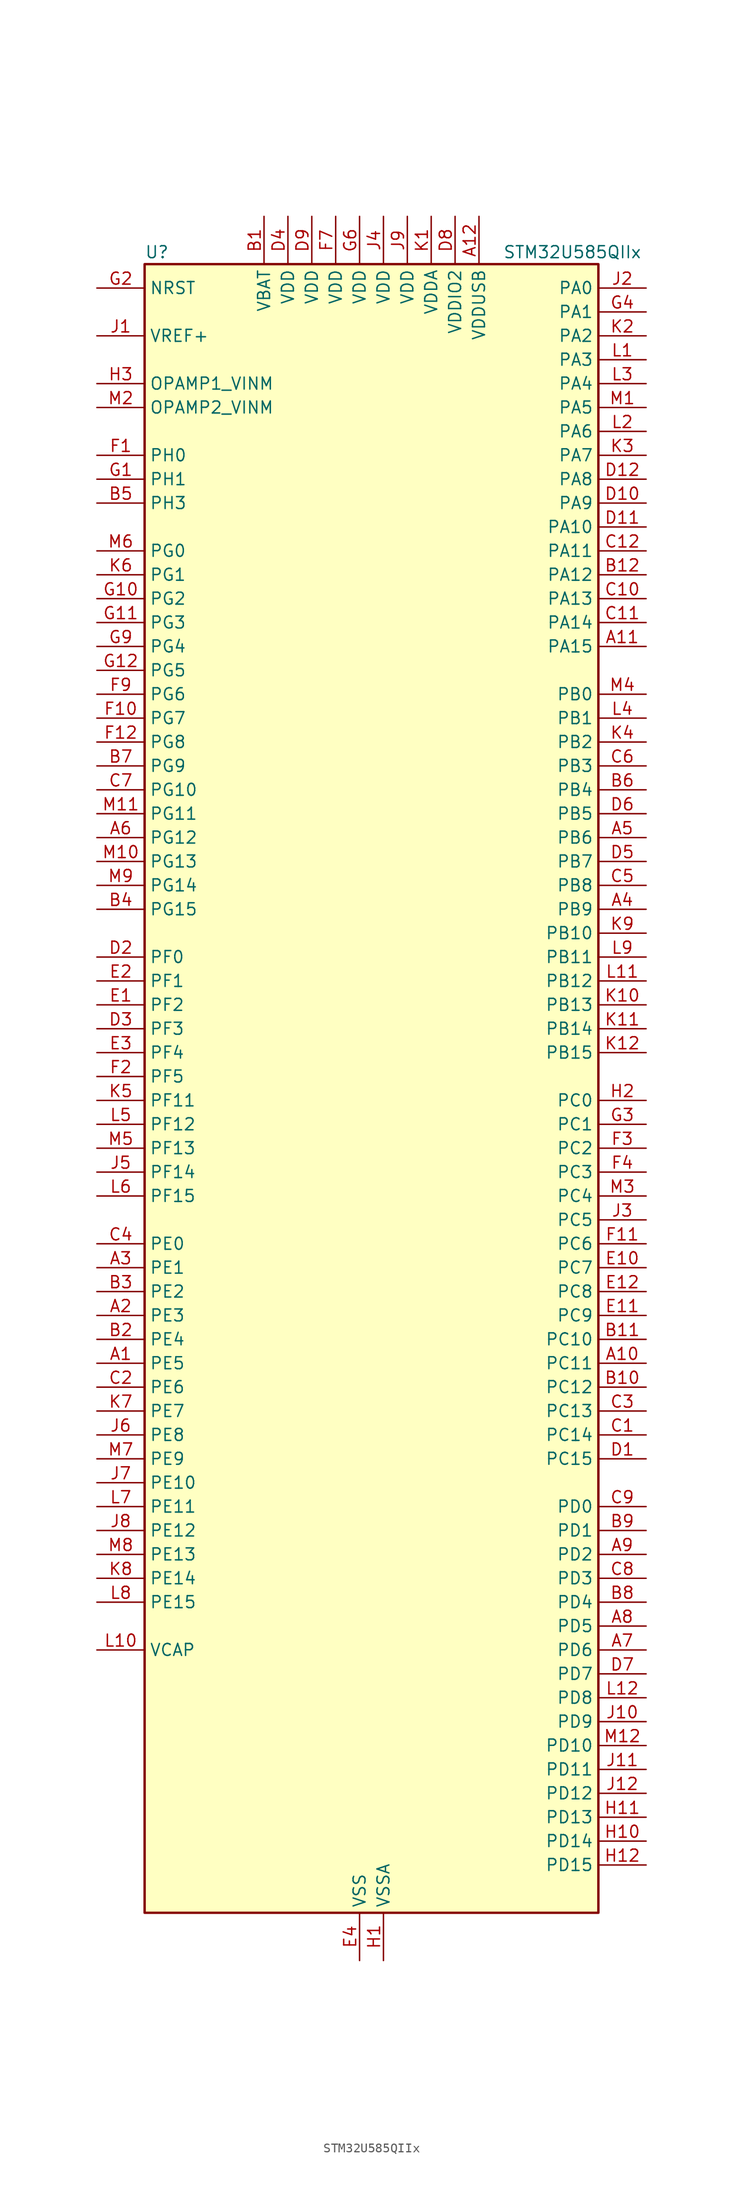
<source format=kicad_sym>
(kicad_symbol_lib
  (version 20220914)
  (generator kicad_symbol_editor)
  (symbol "STM32U585QIIx"
    (property "Reference" "U"
      (at -22.86 90.17 0)
      (effects (font (size 1.27 1.27)) (justify left)))
    (property "Value" "STM32U585QIIx"
      (at 15.24 90.17 0)
      (effects (font (size 1.27 1.27)) (justify left)))
    (property "ki_locked" ""
      (at 0 0 0)
      (effects (font (size 1.27 1.27))))
    (symbol "STM32U585QIIx_0_1"
      (rectangle (start -22.86 -86.36) (end 25.4 88.9) (stroke (width 0.254) (type default)) (fill (type background))))
    (symbol "STM32U585QIIx_1_1"
      (pin bidirectional line (at -27.94 -27.94 0) (length 5.08) (name "PE5" (effects (font (size 1.27 1.27)))) (number "A1" (effects (font (size 1.27 1.27)))) (alternate "DCMI_D6" bidirectional line) (alternate "DEBUG_TRACED2" bidirectional line) (alternate "FMC_A21" bidirectional line) (alternate "MDF1_CKI3" bidirectional line) (alternate "PSSI_D6" bidirectional line) (alternate "PWR_WKUP2" bidirectional line) (alternate "SAI1_CK2" bidirectional line) (alternate "SAI1_SCK_A" bidirectional line) (alternate "TAMP_IN8" bidirectional line) (alternate "TAMP_OUT7" bidirectional line) (alternate "TIM3_CH3" bidirectional line) (alternate "TSC_G7_IO4" bidirectional line))
      (pin bidirectional line (at 30.48 -27.94 180) (length 5.08) (name "PC11" (effects (font (size 1.27 1.27)))) (number "A10" (effects (font (size 1.27 1.27)))) (alternate "ADC1_EXTI11" bidirectional line) (alternate "ADF1_SDI0" bidirectional line) (alternate "DCMI_D2" bidirectional line) (alternate "DCMI_D4" bidirectional line) (alternate "LPTIM3_IN1" bidirectional line) (alternate "OCTOSPIM_P1_NCS" bidirectional line) (alternate "PSSI_D2" bidirectional line) (alternate "PSSI_D4" bidirectional line) (alternate "SAI2_MCLK_B" bidirectional line) (alternate "SDMMC1_D3" bidirectional line) (alternate "SPI3_MISO" bidirectional line) (alternate "TSC_G3_IO3" bidirectional line) (alternate "UART4_RX" bidirectional line) (alternate "UCPD1_FRSTX2" bidirectional line) (alternate "USART3_RX" bidirectional line))
      (pin bidirectional line (at 30.48 48.26 180) (length 5.08) (name "PA15" (effects (font (size 1.27 1.27)))) (number "A11" (effects (font (size 1.27 1.27)))) (alternate "ADC1_EXTI15" bidirectional line) (alternate "ADC4_EXTI15" bidirectional line) (alternate "DEBUG_JTDI" bidirectional line) (alternate "SAI2_FS_B" bidirectional line) (alternate "SPI1_NSS" bidirectional line) (alternate "SPI3_NSS" bidirectional line) (alternate "TIM2_CH1" bidirectional line) (alternate "TIM2_ETR" bidirectional line) (alternate "UART4_DE" bidirectional line) (alternate "UART4_RTS" bidirectional line) (alternate "UCPD1_CC1" bidirectional line) (alternate "USART2_RX" bidirectional line) (alternate "USART3_DE" bidirectional line) (alternate "USART3_RTS" bidirectional line))
      (pin power_in line (at 12.7 93.98 270) (length 5.08) (name "VDDUSB" (effects (font (size 1.27 1.27)))) (number "A12" (effects (font (size 1.27 1.27)))))
      (pin bidirectional line (at -27.94 -22.86 0) (length 5.08) (name "PE3" (effects (font (size 1.27 1.27)))) (number "A2" (effects (font (size 1.27 1.27)))) (alternate "DEBUG_TRACED0" bidirectional line) (alternate "FMC_A19" bidirectional line) (alternate "OCTOSPIM_P1_DQS" bidirectional line) (alternate "SAI1_SD_B" bidirectional line) (alternate "TAMP_IN6" bidirectional line) (alternate "TAMP_OUT3" bidirectional line) (alternate "TIM3_CH1" bidirectional line) (alternate "TSC_G7_IO2" bidirectional line))
      (pin bidirectional line (at -27.94 -17.78 0) (length 5.08) (name "PE1" (effects (font (size 1.27 1.27)))) (number "A3" (effects (font (size 1.27 1.27)))) (alternate "DCMI_D3" bidirectional line) (alternate "FMC_NBL1" bidirectional line) (alternate "PSSI_D3" bidirectional line) (alternate "TIM17_CH1" bidirectional line))
      (pin bidirectional line (at 30.48 20.32 180) (length 5.08) (name "PB9" (effects (font (size 1.27 1.27)))) (number "A4" (effects (font (size 1.27 1.27)))) (alternate "DAC1_EXTI9" bidirectional line) (alternate "DCMI_D7" bidirectional line) (alternate "FDCAN1_TX" bidirectional line) (alternate "I2C1_SDA" bidirectional line) (alternate "IR_OUT" bidirectional line) (alternate "PSSI_D7" bidirectional line) (alternate "SAI1_D2" bidirectional line) (alternate "SAI1_FS_A" bidirectional line) (alternate "SDMMC1_CDIR" bidirectional line) (alternate "SDMMC1_D5" bidirectional line) (alternate "SDMMC2_D5" bidirectional line) (alternate "SPI2_NSS" bidirectional line) (alternate "TIM17_CH1" bidirectional line) (alternate "TIM4_CH4" bidirectional line))
      (pin bidirectional line (at 30.48 27.94 180) (length 5.08) (name "PB6" (effects (font (size 1.27 1.27)))) (number "A5" (effects (font (size 1.27 1.27)))) (alternate "COMP2_INP" bidirectional line) (alternate "DCMI_D5" bidirectional line) (alternate "I2C1_SCL" bidirectional line) (alternate "I2C4_SCL" bidirectional line) (alternate "LPTIM1_ETR" bidirectional line) (alternate "MDF1_SDI5" bidirectional line) (alternate "PSSI_D5" bidirectional line) (alternate "PWR_WKUP3" bidirectional line) (alternate "SAI1_FS_B" bidirectional line) (alternate "TIM16_CH1N" bidirectional line) (alternate "TIM4_CH1" bidirectional line) (alternate "TIM8_BKIN2" bidirectional line) (alternate "TSC_G2_IO3" bidirectional line) (alternate "USART1_TX" bidirectional line))
      (pin bidirectional line (at -27.94 27.94 0) (length 5.08) (name "PG12" (effects (font (size 1.27 1.27)))) (number "A6" (effects (font (size 1.27 1.27)))) (alternate "FMC_NE4" bidirectional line) (alternate "LPTIM1_ETR" bidirectional line) (alternate "OCTOSPIM_P2_NCS" bidirectional line) (alternate "SAI2_SD_A" bidirectional line) (alternate "SPI3_NSS" bidirectional line) (alternate "USART1_DE" bidirectional line) (alternate "USART1_RTS" bidirectional line))
      (pin bidirectional line (at 30.48 -58.42 180) (length 5.08) (name "PD6" (effects (font (size 1.27 1.27)))) (number "A7" (effects (font (size 1.27 1.27)))) (alternate "DCMI_D10" bidirectional line) (alternate "FMC_NWAIT" bidirectional line) (alternate "MDF1_SDI1" bidirectional line) (alternate "OCTOSPIM_P1_IO6" bidirectional line) (alternate "PSSI_D10" bidirectional line) (alternate "SAI1_D1" bidirectional line) (alternate "SAI1_SD_A" bidirectional line) (alternate "SDMMC2_CK" bidirectional line) (alternate "SPI3_MOSI" bidirectional line) (alternate "USART2_RX" bidirectional line))
      (pin bidirectional line (at 30.48 -55.88 180) (length 5.08) (name "PD5" (effects (font (size 1.27 1.27)))) (number "A8" (effects (font (size 1.27 1.27)))) (alternate "FMC_NWE" bidirectional line) (alternate "OCTOSPIM_P1_IO5" bidirectional line) (alternate "SPI2_RDY" bidirectional line) (alternate "USART2_TX" bidirectional line))
      (pin bidirectional line (at 30.48 -48.26 180) (length 5.08) (name "PD2" (effects (font (size 1.27 1.27)))) (number "A9" (effects (font (size 1.27 1.27)))) (alternate "DCMI_D11" bidirectional line) (alternate "DEBUG_TRACED2" bidirectional line) (alternate "LPTIM4_ETR" bidirectional line) (alternate "PSSI_D11" bidirectional line) (alternate "SDMMC1_CMD" bidirectional line) (alternate "TIM3_ETR" bidirectional line) (alternate "TSC_SYNC" bidirectional line) (alternate "UART5_RX" bidirectional line) (alternate "USART3_DE" bidirectional line) (alternate "USART3_RTS" bidirectional line))
      (pin power_in line (at -10.16 93.98 270) (length 5.08) (name "VBAT" (effects (font (size 1.27 1.27)))) (number "B1" (effects (font (size 1.27 1.27)))))
      (pin bidirectional line (at 30.48 -30.48 180) (length 5.08) (name "PC12" (effects (font (size 1.27 1.27)))) (number "B10" (effects (font (size 1.27 1.27)))) (alternate "DCMI_D9" bidirectional line) (alternate "DEBUG_TRACED3" bidirectional line) (alternate "PSSI_D9" bidirectional line) (alternate "SAI2_SD_B" bidirectional line) (alternate "SDMMC1_CK" bidirectional line) (alternate "SPI3_MOSI" bidirectional line) (alternate "TSC_G3_IO4" bidirectional line) (alternate "UART5_TX" bidirectional line) (alternate "USART3_CK" bidirectional line))
      (pin bidirectional line (at 30.48 -25.4 180) (length 5.08) (name "PC10" (effects (font (size 1.27 1.27)))) (number "B11" (effects (font (size 1.27 1.27)))) (alternate "ADF1_CCK1" bidirectional line) (alternate "DCMI_D8" bidirectional line) (alternate "DEBUG_TRACED1" bidirectional line) (alternate "LPTIM3_ETR" bidirectional line) (alternate "PSSI_D8" bidirectional line) (alternate "SAI2_SCK_B" bidirectional line) (alternate "SDMMC1_D2" bidirectional line) (alternate "SPI3_SCK" bidirectional line) (alternate "TSC_G3_IO2" bidirectional line) (alternate "UART4_TX" bidirectional line) (alternate "USART3_TX" bidirectional line))
      (pin bidirectional line (at 30.48 55.88 180) (length 5.08) (name "PA12" (effects (font (size 1.27 1.27)))) (number "B12" (effects (font (size 1.27 1.27)))) (alternate "FDCAN1_TX" bidirectional line) (alternate "OCTOSPIM_P2_NCS" bidirectional line) (alternate "SPI1_MOSI" bidirectional line) (alternate "TIM1_ETR" bidirectional line) (alternate "USART1_DE" bidirectional line) (alternate "USART1_RTS" bidirectional line) (alternate "USB_OTG_FS_DP" bidirectional line))
      (pin bidirectional line (at -27.94 -25.4 0) (length 5.08) (name "PE4" (effects (font (size 1.27 1.27)))) (number "B2" (effects (font (size 1.27 1.27)))) (alternate "DCMI_D4" bidirectional line) (alternate "DEBUG_TRACED1" bidirectional line) (alternate "FMC_A20" bidirectional line) (alternate "MDF1_SDI3" bidirectional line) (alternate "PSSI_D4" bidirectional line) (alternate "PWR_WKUP1" bidirectional line) (alternate "SAI1_D2" bidirectional line) (alternate "SAI1_FS_A" bidirectional line) (alternate "TAMP_IN7" bidirectional line) (alternate "TAMP_OUT8" bidirectional line) (alternate "TIM3_CH2" bidirectional line) (alternate "TSC_G7_IO3" bidirectional line))
      (pin bidirectional line (at -27.94 -20.32 0) (length 5.08) (name "PE2" (effects (font (size 1.27 1.27)))) (number "B3" (effects (font (size 1.27 1.27)))) (alternate "DEBUG_TRACECLK" bidirectional line) (alternate "FMC_A23" bidirectional line) (alternate "SAI1_CK1" bidirectional line) (alternate "SAI1_MCLK_A" bidirectional line) (alternate "TIM3_ETR" bidirectional line) (alternate "TSC_G7_IO1" bidirectional line))
      (pin bidirectional line (at -27.94 20.32 0) (length 5.08) (name "PG15" (effects (font (size 1.27 1.27)))) (number "B4" (effects (font (size 1.27 1.27)))) (alternate "ADC1_EXTI15" bidirectional line) (alternate "ADC4_EXTI15" bidirectional line) (alternate "DCMI_D13" bidirectional line) (alternate "I2C1_SMBA" bidirectional line) (alternate "LPTIM1_CH1" bidirectional line) (alternate "OCTOSPIM_P2_DQS" bidirectional line) (alternate "PSSI_D13" bidirectional line))
      (pin bidirectional line (at -27.94 63.5 0) (length 5.08) (name "PH3" (effects (font (size 1.27 1.27)))) (number "B5" (effects (font (size 1.27 1.27)))))
      (pin bidirectional line (at 30.48 33.02 180) (length 5.08) (name "PB4" (effects (font (size 1.27 1.27)))) (number "B6" (effects (font (size 1.27 1.27)))) (alternate "ADF1_SDI0" bidirectional line) (alternate "COMP2_INP" bidirectional line) (alternate "DCMI_D12" bidirectional line) (alternate "DEBUG_JTRST" bidirectional line) (alternate "I2C3_SDA" bidirectional line) (alternate "LPTIM1_CH2" bidirectional line) (alternate "PSSI_D12" bidirectional line) (alternate "SAI1_MCLK_B" bidirectional line) (alternate "SDMMC2_D3" bidirectional line) (alternate "SPI1_MISO" bidirectional line) (alternate "SPI3_MISO" bidirectional line) (alternate "TIM17_BKIN" bidirectional line) (alternate "TIM3_CH1" bidirectional line) (alternate "TSC_G2_IO1" bidirectional line) (alternate "UART5_DE" bidirectional line) (alternate "UART5_RTS" bidirectional line) (alternate "USART1_CTS" bidirectional line))
      (pin bidirectional line (at -27.94 35.56 0) (length 5.08) (name "PG9" (effects (font (size 1.27 1.27)))) (number "B7" (effects (font (size 1.27 1.27)))) (alternate "DAC1_EXTI9" bidirectional line) (alternate "FMC_NCE" bidirectional line) (alternate "FMC_NE2" bidirectional line) (alternate "OCTOSPIM_P2_IO6" bidirectional line) (alternate "SAI2_SCK_A" bidirectional line) (alternate "SPI3_SCK" bidirectional line) (alternate "TIM15_CH1N" bidirectional line) (alternate "USART1_TX" bidirectional line))
      (pin bidirectional line (at 30.48 -53.34 180) (length 5.08) (name "PD4" (effects (font (size 1.27 1.27)))) (number "B8" (effects (font (size 1.27 1.27)))) (alternate "FMC_NOE" bidirectional line) (alternate "MDF1_CKI0" bidirectional line) (alternate "OCTOSPIM_P1_IO4" bidirectional line) (alternate "SPI2_MOSI" bidirectional line) (alternate "USART2_DE" bidirectional line) (alternate "USART2_RTS" bidirectional line))
      (pin bidirectional line (at 30.48 -45.72 180) (length 5.08) (name "PD1" (effects (font (size 1.27 1.27)))) (number "B9" (effects (font (size 1.27 1.27)))) (alternate "FDCAN1_TX" bidirectional line) (alternate "FMC_D3" bidirectional line) (alternate "FMC_DA3" bidirectional line) (alternate "SPI2_SCK" bidirectional line))
      (pin bidirectional line (at 30.48 -35.56 180) (length 5.08) (name "PC14" (effects (font (size 1.27 1.27)))) (number "C1" (effects (font (size 1.27 1.27)))) (alternate "RCC_OSC32_IN" bidirectional line))
      (pin bidirectional line (at 30.48 53.34 180) (length 5.08) (name "PA13" (effects (font (size 1.27 1.27)))) (number "C10" (effects (font (size 1.27 1.27)))) (alternate "DEBUG_JTMS-SWDIO" bidirectional line) (alternate "IR_OUT" bidirectional line) (alternate "SAI1_SD_B" bidirectional line) (alternate "USB_OTG_FS_NOE" bidirectional line))
      (pin bidirectional line (at 30.48 50.8 180) (length 5.08) (name "PA14" (effects (font (size 1.27 1.27)))) (number "C11" (effects (font (size 1.27 1.27)))) (alternate "DEBUG_JTCK-SWCLK" bidirectional line) (alternate "I2C1_SMBA" bidirectional line) (alternate "I2C4_SMBA" bidirectional line) (alternate "LPTIM1_CH1" bidirectional line) (alternate "SAI1_FS_B" bidirectional line) (alternate "USB_OTG_FS_SOF" bidirectional line))
      (pin bidirectional line (at 30.48 58.42 180) (length 5.08) (name "PA11" (effects (font (size 1.27 1.27)))) (number "C12" (effects (font (size 1.27 1.27)))) (alternate "ADC1_EXTI11" bidirectional line) (alternate "FDCAN1_RX" bidirectional line) (alternate "SPI1_MISO" bidirectional line) (alternate "TIM1_BKIN2" bidirectional line) (alternate "TIM1_CH4" bidirectional line) (alternate "USART1_CTS" bidirectional line) (alternate "USB_OTG_FS_DM" bidirectional line))
      (pin bidirectional line (at -27.94 -30.48 0) (length 5.08) (name "PE6" (effects (font (size 1.27 1.27)))) (number "C2" (effects (font (size 1.27 1.27)))) (alternate "DCMI_D7" bidirectional line) (alternate "DEBUG_TRACED3" bidirectional line) (alternate "FMC_A22" bidirectional line) (alternate "PSSI_D7" bidirectional line) (alternate "PWR_WKUP3" bidirectional line) (alternate "SAI1_D1" bidirectional line) (alternate "SAI1_SD_A" bidirectional line) (alternate "TAMP_IN3" bidirectional line) (alternate "TAMP_OUT6" bidirectional line) (alternate "TIM3_CH4" bidirectional line))
      (pin bidirectional line (at 30.48 -33.02 180) (length 5.08) (name "PC13" (effects (font (size 1.27 1.27)))) (number "C3" (effects (font (size 1.27 1.27)))) (alternate "PWR_WKUP2" bidirectional line) (alternate "RTC_OUT1" bidirectional line) (alternate "RTC_TS" bidirectional line) (alternate "TAMP_IN1" bidirectional line) (alternate "TAMP_OUT2" bidirectional line))
      (pin bidirectional line (at -27.94 -15.24 0) (length 5.08) (name "PE0" (effects (font (size 1.27 1.27)))) (number "C4" (effects (font (size 1.27 1.27)))) (alternate "DCMI_D2" bidirectional line) (alternate "FMC_NBL0" bidirectional line) (alternate "PSSI_D2" bidirectional line) (alternate "TIM16_CH1" bidirectional line) (alternate "TIM4_ETR" bidirectional line))
      (pin bidirectional line (at 30.48 22.86 180) (length 5.08) (name "PB8" (effects (font (size 1.27 1.27)))) (number "C5" (effects (font (size 1.27 1.27)))) (alternate "DCMI_D6" bidirectional line) (alternate "FDCAN1_RX" bidirectional line) (alternate "I2C1_SCL" bidirectional line) (alternate "MDF1_CCK0" bidirectional line) (alternate "PSSI_D6" bidirectional line) (alternate "PWR_WKUP5" bidirectional line) (alternate "SAI1_CK1" bidirectional line) (alternate "SAI1_MCLK_A" bidirectional line) (alternate "SDMMC1_CKIN" bidirectional line) (alternate "SDMMC1_D4" bidirectional line) (alternate "SDMMC2_D4" bidirectional line) (alternate "SPI3_RDY" bidirectional line) (alternate "TIM16_CH1" bidirectional line) (alternate "TIM4_CH3" bidirectional line))
      (pin bidirectional line (at 30.48 35.56 180) (length 5.08) (name "PB3" (effects (font (size 1.27 1.27)))) (number "C6" (effects (font (size 1.27 1.27)))) (alternate "ADF1_CCK0" bidirectional line) (alternate "COMP2_INM" bidirectional line) (alternate "CRS_SYNC" bidirectional line) (alternate "DEBUG_JTDO-SWO" bidirectional line) (alternate "I2C1_SDA" bidirectional line) (alternate "LPTIM1_CH1" bidirectional line) (alternate "SAI1_SCK_B" bidirectional line) (alternate "SDMMC2_D2" bidirectional line) (alternate "SPI1_SCK" bidirectional line) (alternate "SPI3_SCK" bidirectional line) (alternate "TIM2_CH2" bidirectional line) (alternate "USART1_DE" bidirectional line) (alternate "USART1_RTS" bidirectional line))
      (pin bidirectional line (at -27.94 33.02 0) (length 5.08) (name "PG10" (effects (font (size 1.27 1.27)))) (number "C7" (effects (font (size 1.27 1.27)))) (alternate "FMC_NE3" bidirectional line) (alternate "LPTIM1_IN1" bidirectional line) (alternate "OCTOSPIM_P2_IO7" bidirectional line) (alternate "SAI2_FS_A" bidirectional line) (alternate "SPI3_MISO" bidirectional line) (alternate "TIM15_CH1" bidirectional line) (alternate "USART1_RX" bidirectional line))
      (pin bidirectional line (at 30.48 -50.8 180) (length 5.08) (name "PD3" (effects (font (size 1.27 1.27)))) (number "C8" (effects (font (size 1.27 1.27)))) (alternate "DCMI_D5" bidirectional line) (alternate "FMC_CLK" bidirectional line) (alternate "MDF1_SDI0" bidirectional line) (alternate "OCTOSPIM_P2_NCS" bidirectional line) (alternate "PSSI_D5" bidirectional line) (alternate "SPI2_MISO" bidirectional line) (alternate "SPI2_SCK" bidirectional line) (alternate "USART2_CTS" bidirectional line))
      (pin bidirectional line (at 30.48 -43.18 180) (length 5.08) (name "PD0" (effects (font (size 1.27 1.27)))) (number "C9" (effects (font (size 1.27 1.27)))) (alternate "FDCAN1_RX" bidirectional line) (alternate "FMC_D2" bidirectional line) (alternate "FMC_DA2" bidirectional line) (alternate "SPI2_NSS" bidirectional line) (alternate "TIM8_CH4N" bidirectional line))
      (pin bidirectional line (at 30.48 -38.1 180) (length 5.08) (name "PC15" (effects (font (size 1.27 1.27)))) (number "D1" (effects (font (size 1.27 1.27)))) (alternate "ADC1_EXTI15" bidirectional line) (alternate "ADC4_EXTI15" bidirectional line) (alternate "RCC_OSC32_OUT" bidirectional line))
      (pin bidirectional line (at 30.48 63.5 180) (length 5.08) (name "PA9" (effects (font (size 1.27 1.27)))) (number "D10" (effects (font (size 1.27 1.27)))) (alternate "DAC1_EXTI9" bidirectional line) (alternate "DCMI_D0" bidirectional line) (alternate "PSSI_D0" bidirectional line) (alternate "SAI1_FS_A" bidirectional line) (alternate "SPI2_SCK" bidirectional line) (alternate "TIM15_BKIN" bidirectional line) (alternate "TIM1_CH2" bidirectional line) (alternate "USART1_TX" bidirectional line) (alternate "USB_OTG_FS_VBUS" bidirectional line))
      (pin bidirectional line (at 30.48 60.96 180) (length 5.08) (name "PA10" (effects (font (size 1.27 1.27)))) (number "D11" (effects (font (size 1.27 1.27)))) (alternate "CRS_SYNC" bidirectional line) (alternate "DCMI_D1" bidirectional line) (alternate "LPTIM2_IN2" bidirectional line) (alternate "PSSI_D1" bidirectional line) (alternate "SAI1_D1" bidirectional line) (alternate "SAI1_SD_A" bidirectional line) (alternate "TIM17_BKIN" bidirectional line) (alternate "TIM1_CH3" bidirectional line) (alternate "USART1_RX" bidirectional line) (alternate "USB_OTG_FS_ID" bidirectional line))
      (pin bidirectional line (at 30.48 66.04 180) (length 5.08) (name "PA8" (effects (font (size 1.27 1.27)))) (number "D12" (effects (font (size 1.27 1.27)))) (alternate "DEBUG_TRACECLK" bidirectional line) (alternate "LPTIM2_CH1" bidirectional line) (alternate "RCC_MCO" bidirectional line) (alternate "SAI1_CK2" bidirectional line) (alternate "SAI1_SCK_A" bidirectional line) (alternate "SPI1_RDY" bidirectional line) (alternate "TIM1_CH1" bidirectional line) (alternate "USART1_CK" bidirectional line) (alternate "USB_OTG_FS_SOF" bidirectional line))
      (pin bidirectional line (at -27.94 15.24 0) (length 5.08) (name "PF0" (effects (font (size 1.27 1.27)))) (number "D2" (effects (font (size 1.27 1.27)))) (alternate "FMC_A0" bidirectional line) (alternate "I2C2_SDA" bidirectional line) (alternate "OCTOSPIM_P2_IO0" bidirectional line))
      (pin bidirectional line (at -27.94 7.62 0) (length 5.08) (name "PF3" (effects (font (size 1.27 1.27)))) (number "D3" (effects (font (size 1.27 1.27)))) (alternate "FMC_A3" bidirectional line) (alternate "LPTIM3_IN1" bidirectional line) (alternate "OCTOSPIM_P2_IO3" bidirectional line))
      (pin power_in line (at -7.62 93.98 270) (length 5.08) (name "VDD" (effects (font (size 1.27 1.27)))) (number "D4" (effects (font (size 1.27 1.27)))))
      (pin bidirectional line (at 30.48 25.4 180) (length 5.08) (name "PB7" (effects (font (size 1.27 1.27)))) (number "D5" (effects (font (size 1.27 1.27)))) (alternate "COMP2_INM" bidirectional line) (alternate "DCMI_VSYNC" bidirectional line) (alternate "FMC_NL" bidirectional line) (alternate "I2C1_SDA" bidirectional line) (alternate "I2C4_SDA" bidirectional line) (alternate "LPTIM1_IN2" bidirectional line) (alternate "MDF1_CKI5" bidirectional line) (alternate "PSSI_RDY" bidirectional line) (alternate "PWR_PVD_IN" bidirectional line) (alternate "PWR_WKUP4" bidirectional line) (alternate "TIM17_CH1N" bidirectional line) (alternate "TIM4_CH2" bidirectional line) (alternate "TIM8_BKIN" bidirectional line) (alternate "TSC_G2_IO4" bidirectional line) (alternate "UART4_CTS" bidirectional line) (alternate "USART1_RX" bidirectional line))
      (pin bidirectional line (at 30.48 30.48 180) (length 5.08) (name "PB5" (effects (font (size 1.27 1.27)))) (number "D6" (effects (font (size 1.27 1.27)))) (alternate "COMP2_OUT" bidirectional line) (alternate "DCMI_D10" bidirectional line) (alternate "I2C1_SMBA" bidirectional line) (alternate "LPTIM1_IN1" bidirectional line) (alternate "OCTOSPIM_P1_NCLK" bidirectional line) (alternate "PSSI_D10" bidirectional line) (alternate "PWR_WKUP6" bidirectional line) (alternate "SAI1_SD_B" bidirectional line) (alternate "SPI1_MOSI" bidirectional line) (alternate "SPI3_MOSI" bidirectional line) (alternate "TIM16_BKIN" bidirectional line) (alternate "TIM3_CH2" bidirectional line) (alternate "TSC_G2_IO2" bidirectional line) (alternate "UART5_CTS" bidirectional line) (alternate "UCPD1_DBCC1" bidirectional line) (alternate "USART1_CK" bidirectional line))
      (pin bidirectional line (at 30.48 -60.96 180) (length 5.08) (name "PD7" (effects (font (size 1.27 1.27)))) (number "D7" (effects (font (size 1.27 1.27)))) (alternate "FMC_NCE" bidirectional line) (alternate "FMC_NE1" bidirectional line) (alternate "LPTIM4_OUT" bidirectional line) (alternate "MDF1_CKI1" bidirectional line) (alternate "OCTOSPIM_P1_IO7" bidirectional line) (alternate "SDMMC2_CMD" bidirectional line) (alternate "USART2_CK" bidirectional line))
      (pin power_in line (at 10.16 93.98 270) (length 5.08) (name "VDDIO2" (effects (font (size 1.27 1.27)))) (number "D8" (effects (font (size 1.27 1.27)))))
      (pin power_in line (at -5.08 93.98 270) (length 5.08) (name "VDD" (effects (font (size 1.27 1.27)))) (number "D9" (effects (font (size 1.27 1.27)))))
      (pin bidirectional line (at -27.94 10.16 0) (length 5.08) (name "PF2" (effects (font (size 1.27 1.27)))) (number "E1" (effects (font (size 1.27 1.27)))) (alternate "FMC_A2" bidirectional line) (alternate "I2C2_SMBA" bidirectional line) (alternate "LPTIM3_CH2" bidirectional line) (alternate "OCTOSPIM_P2_IO2" bidirectional line) (alternate "PWR_WKUP8" bidirectional line))
      (pin bidirectional line (at 30.48 -17.78 180) (length 5.08) (name "PC7" (effects (font (size 1.27 1.27)))) (number "E10" (effects (font (size 1.27 1.27)))) (alternate "DCMI_D1" bidirectional line) (alternate "LPTIM2_CH2" bidirectional line) (alternate "MDF1_SDI3" bidirectional line) (alternate "PSSI_D1" bidirectional line) (alternate "PWR_CDSTOP" bidirectional line) (alternate "SAI2_MCLK_B" bidirectional line) (alternate "SDMMC1_D123DIR" bidirectional line) (alternate "SDMMC1_D7" bidirectional line) (alternate "SDMMC2_D7" bidirectional line) (alternate "TIM3_CH2" bidirectional line) (alternate "TIM8_CH2" bidirectional line) (alternate "TSC_G4_IO2" bidirectional line))
      (pin bidirectional line (at 30.48 -22.86 180) (length 5.08) (name "PC9" (effects (font (size 1.27 1.27)))) (number "E11" (effects (font (size 1.27 1.27)))) (alternate "DAC1_EXTI9" bidirectional line) (alternate "DCMI_D3" bidirectional line) (alternate "DEBUG_TRACED0" bidirectional line) (alternate "LPTIM3_CH2" bidirectional line) (alternate "PSSI_D3" bidirectional line) (alternate "SDMMC1_D1" bidirectional line) (alternate "TIM3_CH4" bidirectional line) (alternate "TIM8_BKIN2" bidirectional line) (alternate "TIM8_CH4" bidirectional line) (alternate "TSC_G4_IO4" bidirectional line) (alternate "USB_OTG_FS_NOE" bidirectional line))
      (pin bidirectional line (at 30.48 -20.32 180) (length 5.08) (name "PC8" (effects (font (size 1.27 1.27)))) (number "E12" (effects (font (size 1.27 1.27)))) (alternate "DCMI_D2" bidirectional line) (alternate "LPTIM3_CH1" bidirectional line) (alternate "PSSI_D2" bidirectional line) (alternate "PWR_SRDSTOP" bidirectional line) (alternate "SDMMC1_D0" bidirectional line) (alternate "TIM3_CH3" bidirectional line) (alternate "TIM8_CH3" bidirectional line) (alternate "TSC_G4_IO3" bidirectional line))
      (pin bidirectional line (at -27.94 12.7 0) (length 5.08) (name "PF1" (effects (font (size 1.27 1.27)))) (number "E2" (effects (font (size 1.27 1.27)))) (alternate "FMC_A1" bidirectional line) (alternate "I2C2_SCL" bidirectional line) (alternate "OCTOSPIM_P2_IO1" bidirectional line))
      (pin bidirectional line (at -27.94 5.08 0) (length 5.08) (name "PF4" (effects (font (size 1.27 1.27)))) (number "E3" (effects (font (size 1.27 1.27)))) (alternate "FMC_A4" bidirectional line) (alternate "LPTIM3_ETR" bidirectional line) (alternate "OCTOSPIM_P2_CLK" bidirectional line))
      (pin power_in line (at 0 -91.44 90) (length 5.08) (name "VSS" (effects (font (size 1.27 1.27)))) (number "E4" (effects (font (size 1.27 1.27)))))
      (pin passive line (at 0 -91.44 90) (length 5.08) hide (name "VSS" (effects (font (size 1.27 1.27)))) (number "E9" (effects (font (size 1.27 1.27)))))
      (pin bidirectional line (at -27.94 68.58 0) (length 5.08) (name "PH0" (effects (font (size 1.27 1.27)))) (number "F1" (effects (font (size 1.27 1.27)))) (alternate "RCC_OSC_IN" bidirectional line))
      (pin bidirectional line (at -27.94 40.64 0) (length 5.08) (name "PG7" (effects (font (size 1.27 1.27)))) (number "F10" (effects (font (size 1.27 1.27)))) (alternate "FMC_INT" bidirectional line) (alternate "I2C3_SCL" bidirectional line) (alternate "LPUART1_TX" bidirectional line) (alternate "MDF1_CCK0" bidirectional line) (alternate "OCTOSPIM_P2_DQS" bidirectional line) (alternate "SAI1_CK1" bidirectional line) (alternate "SAI1_MCLK_A" bidirectional line) (alternate "UCPD1_FRSTX2" bidirectional line))
      (pin bidirectional line (at 30.48 -15.24 180) (length 5.08) (name "PC6" (effects (font (size 1.27 1.27)))) (number "F11" (effects (font (size 1.27 1.27)))) (alternate "DCMI_D0" bidirectional line) (alternate "MDF1_CKI3" bidirectional line) (alternate "PSSI_D0" bidirectional line) (alternate "PWR_CSLEEP" bidirectional line) (alternate "SAI2_MCLK_A" bidirectional line) (alternate "SDMMC1_D0DIR" bidirectional line) (alternate "SDMMC1_D6" bidirectional line) (alternate "SDMMC2_D6" bidirectional line) (alternate "TIM3_CH1" bidirectional line) (alternate "TIM8_CH1" bidirectional line) (alternate "TSC_G4_IO1" bidirectional line))
      (pin bidirectional line (at -27.94 38.1 0) (length 5.08) (name "PG8" (effects (font (size 1.27 1.27)))) (number "F12" (effects (font (size 1.27 1.27)))) (alternate "I2C3_SDA" bidirectional line) (alternate "LPUART1_RX" bidirectional line))
      (pin bidirectional line (at -27.94 2.54 0) (length 5.08) (name "PF5" (effects (font (size 1.27 1.27)))) (number "F2" (effects (font (size 1.27 1.27)))) (alternate "FMC_A5" bidirectional line) (alternate "LPTIM3_CH1" bidirectional line) (alternate "OCTOSPIM_P2_NCLK" bidirectional line))
      (pin bidirectional line (at 30.48 -5.08 180) (length 5.08) (name "PC2" (effects (font (size 1.27 1.27)))) (number "F3" (effects (font (size 1.27 1.27)))) (alternate "ADC1_IN3" bidirectional line) (alternate "ADC4_IN3" bidirectional line) (alternate "LPTIM1_IN2" bidirectional line) (alternate "MDF1_CCK1" bidirectional line) (alternate "OCTOSPIM_P1_IO5" bidirectional line) (alternate "SPI2_MISO" bidirectional line))
      (pin bidirectional line (at 30.48 -7.62 180) (length 5.08) (name "PC3" (effects (font (size 1.27 1.27)))) (number "F4" (effects (font (size 1.27 1.27)))) (alternate "ADC1_IN4" bidirectional line) (alternate "ADC4_IN4" bidirectional line) (alternate "LPTIM1_ETR" bidirectional line) (alternate "LPTIM2_ETR" bidirectional line) (alternate "LPTIM3_CH1" bidirectional line) (alternate "OCTOSPIM_P1_IO6" bidirectional line) (alternate "SAI1_D1" bidirectional line) (alternate "SAI1_SD_A" bidirectional line) (alternate "SPI2_MOSI" bidirectional line))
      (pin passive line (at 0 -91.44 90) (length 5.08) hide (name "VSS" (effects (font (size 1.27 1.27)))) (number "F6" (effects (font (size 1.27 1.27)))))
      (pin power_in line (at -2.54 93.98 270) (length 5.08) (name "VDD" (effects (font (size 1.27 1.27)))) (number "F7" (effects (font (size 1.27 1.27)))))
      (pin bidirectional line (at -27.94 43.18 0) (length 5.08) (name "PG6" (effects (font (size 1.27 1.27)))) (number "F9" (effects (font (size 1.27 1.27)))) (alternate "I2C3_SMBA" bidirectional line) (alternate "LPUART1_DE" bidirectional line) (alternate "LPUART1_RTS" bidirectional line) (alternate "OCTOSPIM_P1_DQS" bidirectional line) (alternate "SPI1_RDY" bidirectional line) (alternate "UCPD1_FRSTX1" bidirectional line))
      (pin bidirectional line (at -27.94 66.04 0) (length 5.08) (name "PH1" (effects (font (size 1.27 1.27)))) (number "G1" (effects (font (size 1.27 1.27)))) (alternate "RCC_OSC_OUT" bidirectional line))
      (pin bidirectional line (at -27.94 53.34 0) (length 5.08) (name "PG2" (effects (font (size 1.27 1.27)))) (number "G10" (effects (font (size 1.27 1.27)))) (alternate "FMC_A12" bidirectional line) (alternate "SAI2_SCK_B" bidirectional line) (alternate "SPI1_SCK" bidirectional line))
      (pin bidirectional line (at -27.94 50.8 0) (length 5.08) (name "PG3" (effects (font (size 1.27 1.27)))) (number "G11" (effects (font (size 1.27 1.27)))) (alternate "FMC_A13" bidirectional line) (alternate "SAI2_FS_B" bidirectional line) (alternate "SPI1_MISO" bidirectional line))
      (pin bidirectional line (at -27.94 45.72 0) (length 5.08) (name "PG5" (effects (font (size 1.27 1.27)))) (number "G12" (effects (font (size 1.27 1.27)))) (alternate "FMC_A15" bidirectional line) (alternate "LPUART1_CTS" bidirectional line) (alternate "SAI2_SD_B" bidirectional line) (alternate "SPI1_NSS" bidirectional line))
      (pin input line (at -27.94 86.36 0) (length 5.08) (name "NRST" (effects (font (size 1.27 1.27)))) (number "G2" (effects (font (size 1.27 1.27)))))
      (pin bidirectional line (at 30.48 -2.54 180) (length 5.08) (name "PC1" (effects (font (size 1.27 1.27)))) (number "G3" (effects (font (size 1.27 1.27)))) (alternate "ADC1_IN2" bidirectional line) (alternate "ADC4_IN2" bidirectional line) (alternate "DEBUG_TRACED0" bidirectional line) (alternate "I2C3_SDA" bidirectional line) (alternate "LPTIM1_CH1" bidirectional line) (alternate "LPUART1_TX" bidirectional line) (alternate "MDF1_CKI4" bidirectional line) (alternate "OCTOSPIM_P1_IO4" bidirectional line) (alternate "SAI1_SD_A" bidirectional line) (alternate "SDMMC2_CK" bidirectional line) (alternate "SPI2_MOSI" bidirectional line))
      (pin bidirectional line (at 30.48 83.82 180) (length 5.08) (name "PA1" (effects (font (size 1.27 1.27)))) (number "G4" (effects (font (size 1.27 1.27)))) (alternate "ADC1_IN6" bidirectional line) (alternate "I2C1_SMBA" bidirectional line) (alternate "LPTIM1_CH2" bidirectional line) (alternate "OCTOSPIM_P1_DQS" bidirectional line) (alternate "OPAMP1_VINM" bidirectional line) (alternate "PWR_WKUP3" bidirectional line) (alternate "SPI1_SCK" bidirectional line) (alternate "TAMP_IN5" bidirectional line) (alternate "TAMP_OUT4" bidirectional line) (alternate "TIM15_CH1N" bidirectional line) (alternate "TIM2_CH2" bidirectional line) (alternate "TIM5_CH2" bidirectional line) (alternate "UART4_RX" bidirectional line) (alternate "USART2_DE" bidirectional line) (alternate "USART2_RTS" bidirectional line))
      (pin power_in line (at 0 93.98 270) (length 5.08) (name "VDD" (effects (font (size 1.27 1.27)))) (number "G6" (effects (font (size 1.27 1.27)))))
      (pin passive line (at 0 -91.44 90) (length 5.08) hide (name "VSS" (effects (font (size 1.27 1.27)))) (number "G7" (effects (font (size 1.27 1.27)))))
      (pin bidirectional line (at -27.94 48.26 0) (length 5.08) (name "PG4" (effects (font (size 1.27 1.27)))) (number "G9" (effects (font (size 1.27 1.27)))) (alternate "FMC_A14" bidirectional line) (alternate "SAI2_MCLK_B" bidirectional line) (alternate "SPI1_MOSI" bidirectional line))
      (pin power_in line (at 2.54 -91.44 90) (length 5.08) (name "VSSA" (effects (font (size 1.27 1.27)))) (number "H1" (effects (font (size 1.27 1.27)))))
      (pin bidirectional line (at 30.48 -78.74 180) (length 5.08) (name "PD14" (effects (font (size 1.27 1.27)))) (number "H10" (effects (font (size 1.27 1.27)))) (alternate "FMC_D0" bidirectional line) (alternate "FMC_DA0" bidirectional line) (alternate "LPTIM3_CH1" bidirectional line) (alternate "TIM4_CH3" bidirectional line))
      (pin bidirectional line (at 30.48 -76.2 180) (length 5.08) (name "PD13" (effects (font (size 1.27 1.27)))) (number "H11" (effects (font (size 1.27 1.27)))) (alternate "ADC4_IN17" bidirectional line) (alternate "FMC_A18" bidirectional line) (alternate "I2C4_SDA" bidirectional line) (alternate "LPTIM2_CH1" bidirectional line) (alternate "LPTIM4_IN1" bidirectional line) (alternate "TIM4_CH2" bidirectional line) (alternate "TSC_G6_IO4" bidirectional line))
      (pin bidirectional line (at 30.48 -81.28 180) (length 5.08) (name "PD15" (effects (font (size 1.27 1.27)))) (number "H12" (effects (font (size 1.27 1.27)))) (alternate "ADC1_EXTI15" bidirectional line) (alternate "ADC4_EXTI15" bidirectional line) (alternate "FMC_D1" bidirectional line) (alternate "FMC_DA1" bidirectional line) (alternate "LPTIM3_CH2" bidirectional line) (alternate "TIM4_CH4" bidirectional line))
      (pin bidirectional line (at 30.48 0 180) (length 5.08) (name "PC0" (effects (font (size 1.27 1.27)))) (number "H2" (effects (font (size 1.27 1.27)))) (alternate "ADC1_IN1" bidirectional line) (alternate "ADC4_IN1" bidirectional line) (alternate "I2C3_SCL" bidirectional line) (alternate "LPTIM1_IN1" bidirectional line) (alternate "LPTIM2_IN1" bidirectional line) (alternate "LPUART1_RX" bidirectional line) (alternate "MDF1_SDI4" bidirectional line) (alternate "OCTOSPIM_P1_IO7" bidirectional line) (alternate "SAI2_FS_A" bidirectional line) (alternate "SDMMC1_D5" bidirectional line) (alternate "SPI2_RDY" bidirectional line))
      (pin bidirectional line (at -27.94 76.2 0) (length 5.08) (name "OPAMP1_VINM" (effects (font (size 1.27 1.27)))) (number "H3" (effects (font (size 1.27 1.27)))) (alternate "OPAMP1_VINM" bidirectional line))
      (pin passive line (at 0 -91.44 90) (length 5.08) hide (name "VSS" (effects (font (size 1.27 1.27)))) (number "H4" (effects (font (size 1.27 1.27)))))
      (pin passive line (at 0 -91.44 90) (length 5.08) hide (name "VSS" (effects (font (size 1.27 1.27)))) (number "H9" (effects (font (size 1.27 1.27)))))
      (pin input line (at -27.94 81.28 0) (length 5.08) (name "VREF+" (effects (font (size 1.27 1.27)))) (number "J1" (effects (font (size 1.27 1.27)))) (alternate "VREFBUF_OUT" bidirectional line))
      (pin bidirectional line (at 30.48 -66.04 180) (length 5.08) (name "PD9" (effects (font (size 1.27 1.27)))) (number "J10" (effects (font (size 1.27 1.27)))) (alternate "DAC1_EXTI9" bidirectional line) (alternate "DCMI_PIXCLK" bidirectional line) (alternate "FMC_D14" bidirectional line) (alternate "FMC_DA14" bidirectional line) (alternate "LPTIM2_IN2" bidirectional line) (alternate "LPTIM3_IN1" bidirectional line) (alternate "PSSI_PDCK" bidirectional line) (alternate "SAI2_MCLK_A" bidirectional line) (alternate "USART3_RX" bidirectional line))
      (pin bidirectional line (at 30.48 -71.12 180) (length 5.08) (name "PD11" (effects (font (size 1.27 1.27)))) (number "J11" (effects (font (size 1.27 1.27)))) (alternate "ADC1_EXTI11" bidirectional line) (alternate "ADC4_IN15" bidirectional line) (alternate "FMC_A16" bidirectional line) (alternate "FMC_CLE" bidirectional line) (alternate "I2C4_SMBA" bidirectional line) (alternate "LPTIM2_ETR" bidirectional line) (alternate "SAI2_SD_A" bidirectional line) (alternate "TSC_G6_IO2" bidirectional line) (alternate "USART3_CTS" bidirectional line))
      (pin bidirectional line (at 30.48 -73.66 180) (length 5.08) (name "PD12" (effects (font (size 1.27 1.27)))) (number "J12" (effects (font (size 1.27 1.27)))) (alternate "ADC4_IN16" bidirectional line) (alternate "FMC_A17" bidirectional line) (alternate "FMC_ALE" bidirectional line) (alternate "I2C4_SCL" bidirectional line) (alternate "LPTIM2_IN1" bidirectional line) (alternate "SAI2_FS_A" bidirectional line) (alternate "TIM4_CH1" bidirectional line) (alternate "TSC_G6_IO3" bidirectional line) (alternate "USART3_DE" bidirectional line) (alternate "USART3_RTS" bidirectional line))
      (pin bidirectional line (at 30.48 86.36 180) (length 5.08) (name "PA0" (effects (font (size 1.27 1.27)))) (number "J2" (effects (font (size 1.27 1.27)))) (alternate "ADC1_IN5" bidirectional line) (alternate "AUDIOCLK" bidirectional line) (alternate "OCTOSPIM_P2_NCS" bidirectional line) (alternate "OPAMP1_VINP" bidirectional line) (alternate "PWR_WKUP1" bidirectional line) (alternate "SDMMC2_CMD" bidirectional line) (alternate "SPI3_RDY" bidirectional line) (alternate "TAMP_IN2" bidirectional line) (alternate "TAMP_OUT1" bidirectional line) (alternate "TIM2_CH1" bidirectional line) (alternate "TIM2_ETR" bidirectional line) (alternate "TIM5_CH1" bidirectional line) (alternate "TIM8_ETR" bidirectional line) (alternate "UART4_TX" bidirectional line) (alternate "USART2_CTS" bidirectional line))
      (pin bidirectional line (at 30.48 -12.7 180) (length 5.08) (name "PC5" (effects (font (size 1.27 1.27)))) (number "J3" (effects (font (size 1.27 1.27)))) (alternate "ADC1_IN14" bidirectional line) (alternate "ADC4_IN23" bidirectional line) (alternate "COMP1_INP" bidirectional line) (alternate "PSSI_D15" bidirectional line) (alternate "PWR_WKUP5" bidirectional line) (alternate "SAI1_D3" bidirectional line) (alternate "TAMP_IN4" bidirectional line) (alternate "TAMP_OUT5" bidirectional line) (alternate "TIM1_CH4N" bidirectional line) (alternate "USART3_RX" bidirectional line))
      (pin power_in line (at 2.54 93.98 270) (length 5.08) (name "VDD" (effects (font (size 1.27 1.27)))) (number "J4" (effects (font (size 1.27 1.27)))))
      (pin bidirectional line (at -27.94 -7.62 0) (length 5.08) (name "PF14" (effects (font (size 1.27 1.27)))) (number "J5" (effects (font (size 1.27 1.27)))) (alternate "ADC4_IN5" bidirectional line) (alternate "FMC_A8" bidirectional line) (alternate "I2C4_SCL" bidirectional line) (alternate "TSC_G8_IO1" bidirectional line))
      (pin bidirectional line (at -27.94 -35.56 0) (length 5.08) (name "PE8" (effects (font (size 1.27 1.27)))) (number "J6" (effects (font (size 1.27 1.27)))) (alternate "FMC_D5" bidirectional line) (alternate "FMC_DA5" bidirectional line) (alternate "MDF1_CKI2" bidirectional line) (alternate "PWR_WKUP7" bidirectional line) (alternate "SAI1_SCK_B" bidirectional line) (alternate "TIM1_CH1N" bidirectional line))
      (pin bidirectional line (at -27.94 -40.64 0) (length 5.08) (name "PE10" (effects (font (size 1.27 1.27)))) (number "J7" (effects (font (size 1.27 1.27)))) (alternate "ADF1_SDI0" bidirectional line) (alternate "FMC_D7" bidirectional line) (alternate "FMC_DA7" bidirectional line) (alternate "MDF1_SDI4" bidirectional line) (alternate "OCTOSPIM_P1_CLK" bidirectional line) (alternate "SAI1_MCLK_B" bidirectional line) (alternate "TIM1_CH2N" bidirectional line) (alternate "TSC_G5_IO1" bidirectional line))
      (pin bidirectional line (at -27.94 -45.72 0) (length 5.08) (name "PE12" (effects (font (size 1.27 1.27)))) (number "J8" (effects (font (size 1.27 1.27)))) (alternate "FMC_D9" bidirectional line) (alternate "FMC_DA9" bidirectional line) (alternate "MDF1_SDI5" bidirectional line) (alternate "OCTOSPIM_P1_IO0" bidirectional line) (alternate "SPI1_NSS" bidirectional line) (alternate "TIM1_CH3N" bidirectional line) (alternate "TSC_G5_IO3" bidirectional line))
      (pin power_in line (at 5.08 93.98 270) (length 5.08) (name "VDD" (effects (font (size 1.27 1.27)))) (number "J9" (effects (font (size 1.27 1.27)))))
      (pin power_in line (at 7.62 93.98 270) (length 5.08) (name "VDDA" (effects (font (size 1.27 1.27)))) (number "K1" (effects (font (size 1.27 1.27)))))
      (pin bidirectional line (at 30.48 10.16 180) (length 5.08) (name "PB13" (effects (font (size 1.27 1.27)))) (number "K10" (effects (font (size 1.27 1.27)))) (alternate "I2C2_SCL" bidirectional line) (alternate "LPTIM3_IN1" bidirectional line) (alternate "LPUART1_CTS" bidirectional line) (alternate "MDF1_CKI1" bidirectional line) (alternate "SAI2_SCK_A" bidirectional line) (alternate "SPI2_SCK" bidirectional line) (alternate "TIM15_CH1N" bidirectional line) (alternate "TIM1_CH1N" bidirectional line) (alternate "TSC_G1_IO2" bidirectional line) (alternate "USART3_CTS" bidirectional line))
      (pin bidirectional line (at 30.48 7.62 180) (length 5.08) (name "PB14" (effects (font (size 1.27 1.27)))) (number "K11" (effects (font (size 1.27 1.27)))) (alternate "I2C2_SDA" bidirectional line) (alternate "LPTIM3_ETR" bidirectional line) (alternate "MDF1_SDI2" bidirectional line) (alternate "SAI2_MCLK_A" bidirectional line) (alternate "SDMMC2_D0" bidirectional line) (alternate "SPI2_MISO" bidirectional line) (alternate "TIM15_CH1" bidirectional line) (alternate "TIM1_CH2N" bidirectional line) (alternate "TIM8_CH2N" bidirectional line) (alternate "TSC_G1_IO3" bidirectional line) (alternate "UCPD1_DBCC2" bidirectional line) (alternate "USART3_DE" bidirectional line) (alternate "USART3_RTS" bidirectional line))
      (pin bidirectional line (at 30.48 5.08 180) (length 5.08) (name "PB15" (effects (font (size 1.27 1.27)))) (number "K12" (effects (font (size 1.27 1.27)))) (alternate "ADC1_EXTI15" bidirectional line) (alternate "ADC4_EXTI15" bidirectional line) (alternate "FMC_NBL1" bidirectional line) (alternate "LPTIM2_IN2" bidirectional line) (alternate "MDF1_CKI2" bidirectional line) (alternate "PWR_WKUP7" bidirectional line) (alternate "RTC_REFIN" bidirectional line) (alternate "SAI2_SD_A" bidirectional line) (alternate "SDMMC2_D1" bidirectional line) (alternate "SPI2_MOSI" bidirectional line) (alternate "TIM15_CH2" bidirectional line) (alternate "TIM1_CH3N" bidirectional line) (alternate "TIM8_CH3N" bidirectional line) (alternate "UCPD1_CC2" bidirectional line))
      (pin bidirectional line (at 30.48 81.28 180) (length 5.08) (name "PA2" (effects (font (size 1.27 1.27)))) (number "K2" (effects (font (size 1.27 1.27)))) (alternate "ADC1_IN7" bidirectional line) (alternate "COMP1_INP" bidirectional line) (alternate "LPUART1_TX" bidirectional line) (alternate "OCTOSPIM_P1_NCS" bidirectional line) (alternate "PWR_WKUP4" bidirectional line) (alternate "RCC_LSCO" bidirectional line) (alternate "SPI1_RDY" bidirectional line) (alternate "TIM15_CH1" bidirectional line) (alternate "TIM2_CH3" bidirectional line) (alternate "TIM5_CH3" bidirectional line) (alternate "UCPD1_FRSTX1" bidirectional line) (alternate "USART2_TX" bidirectional line))
      (pin bidirectional line (at 30.48 68.58 180) (length 5.08) (name "PA7" (effects (font (size 1.27 1.27)))) (number "K3" (effects (font (size 1.27 1.27)))) (alternate "ADC1_IN12" bidirectional line) (alternate "ADC4_IN20" bidirectional line) (alternate "I2C3_SCL" bidirectional line) (alternate "LPTIM2_CH2" bidirectional line) (alternate "OCTOSPIM_P1_IO2" bidirectional line) (alternate "OPAMP2_VINM" bidirectional line) (alternate "PWR_SRDSTOP" bidirectional line) (alternate "PWR_WKUP8" bidirectional line) (alternate "SPI1_MOSI" bidirectional line) (alternate "TIM17_CH1" bidirectional line) (alternate "TIM1_CH1N" bidirectional line) (alternate "TIM3_CH2" bidirectional line) (alternate "TIM8_CH1N" bidirectional line) (alternate "USART3_TX" bidirectional line))
      (pin bidirectional line (at 30.48 38.1 180) (length 5.08) (name "PB2" (effects (font (size 1.27 1.27)))) (number "K4" (effects (font (size 1.27 1.27)))) (alternate "ADC1_IN17" bidirectional line) (alternate "COMP1_INP" bidirectional line) (alternate "I2C3_SMBA" bidirectional line) (alternate "LPTIM1_CH1" bidirectional line) (alternate "MDF1_CKI0" bidirectional line) (alternate "OCTOSPIM_P1_DQS" bidirectional line) (alternate "PWR_WKUP1" bidirectional line) (alternate "RTC_OUT2" bidirectional line) (alternate "SPI1_RDY" bidirectional line) (alternate "TIM8_CH4N" bidirectional line) (alternate "UCPD1_FRSTX1" bidirectional line))
      (pin bidirectional line (at -27.94 0 0) (length 5.08) (name "PF11" (effects (font (size 1.27 1.27)))) (number "K5" (effects (font (size 1.27 1.27)))) (alternate "ADC1_EXTI11" bidirectional line) (alternate "DCMI_D12" bidirectional line) (alternate "LPTIM4_IN1" bidirectional line) (alternate "OCTOSPIM_P1_NCLK" bidirectional line) (alternate "PSSI_D12" bidirectional line))
      (pin bidirectional line (at -27.94 55.88 0) (length 5.08) (name "PG1" (effects (font (size 1.27 1.27)))) (number "K6" (effects (font (size 1.27 1.27)))) (alternate "ADC4_IN8" bidirectional line) (alternate "FMC_A11" bidirectional line) (alternate "OCTOSPIM_P2_IO5" bidirectional line) (alternate "TSC_G8_IO4" bidirectional line))
      (pin bidirectional line (at -27.94 -33.02 0) (length 5.08) (name "PE7" (effects (font (size 1.27 1.27)))) (number "K7" (effects (font (size 1.27 1.27)))) (alternate "FMC_D4" bidirectional line) (alternate "FMC_DA4" bidirectional line) (alternate "MDF1_SDI2" bidirectional line) (alternate "PWR_WKUP6" bidirectional line) (alternate "SAI1_SD_B" bidirectional line) (alternate "TIM1_ETR" bidirectional line))
      (pin bidirectional line (at -27.94 -50.8 0) (length 5.08) (name "PE14" (effects (font (size 1.27 1.27)))) (number "K8" (effects (font (size 1.27 1.27)))) (alternate "FMC_D11" bidirectional line) (alternate "FMC_DA11" bidirectional line) (alternate "OCTOSPIM_P1_IO2" bidirectional line) (alternate "SPI1_MISO" bidirectional line) (alternate "TIM1_BKIN2" bidirectional line) (alternate "TIM1_CH4" bidirectional line))
      (pin bidirectional line (at 30.48 17.78 180) (length 5.08) (name "PB10" (effects (font (size 1.27 1.27)))) (number "K9" (effects (font (size 1.27 1.27)))) (alternate "COMP1_OUT" bidirectional line) (alternate "I2C2_SCL" bidirectional line) (alternate "I2C4_SCL" bidirectional line) (alternate "LPTIM3_CH1" bidirectional line) (alternate "LPUART1_RX" bidirectional line) (alternate "OCTOSPIM_P1_CLK" bidirectional line) (alternate "PWR_WKUP8" bidirectional line) (alternate "SAI1_SCK_A" bidirectional line) (alternate "SPI2_SCK" bidirectional line) (alternate "TIM2_CH3" bidirectional line) (alternate "TSC_SYNC" bidirectional line) (alternate "USART3_TX" bidirectional line))
      (pin bidirectional line (at 30.48 78.74 180) (length 5.08) (name "PA3" (effects (font (size 1.27 1.27)))) (number "L1" (effects (font (size 1.27 1.27)))) (alternate "ADC1_IN8" bidirectional line) (alternate "LPUART1_RX" bidirectional line) (alternate "OCTOSPIM_P1_CLK" bidirectional line) (alternate "OPAMP1_VOUT" bidirectional line) (alternate "PWR_WKUP5" bidirectional line) (alternate "SAI1_CK1" bidirectional line) (alternate "SAI1_MCLK_A" bidirectional line) (alternate "TIM15_CH2" bidirectional line) (alternate "TIM2_CH4" bidirectional line) (alternate "TIM5_CH4" bidirectional line) (alternate "USART2_RX" bidirectional line))
      (pin power_out line (at -27.94 -58.42 0) (length 5.08) (name "VCAP" (effects (font (size 1.27 1.27)))) (number "L10" (effects (font (size 1.27 1.27)))))
      (pin bidirectional line (at 30.48 12.7 180) (length 5.08) (name "PB12" (effects (font (size 1.27 1.27)))) (number "L11" (effects (font (size 1.27 1.27)))) (alternate "I2C2_SMBA" bidirectional line) (alternate "LPUART1_DE" bidirectional line) (alternate "LPUART1_RTS" bidirectional line) (alternate "MDF1_SDI1" bidirectional line) (alternate "OCTOSPIM_P1_NCLK" bidirectional line) (alternate "SAI2_FS_A" bidirectional line) (alternate "SPI2_NSS" bidirectional line) (alternate "TIM15_BKIN" bidirectional line) (alternate "TIM1_BKIN" bidirectional line) (alternate "TSC_G1_IO1" bidirectional line) (alternate "USART3_CK" bidirectional line))
      (pin bidirectional line (at 30.48 -63.5 180) (length 5.08) (name "PD8" (effects (font (size 1.27 1.27)))) (number "L12" (effects (font (size 1.27 1.27)))) (alternate "DCMI_HSYNC" bidirectional line) (alternate "FMC_D13" bidirectional line) (alternate "FMC_DA13" bidirectional line) (alternate "PSSI_DE" bidirectional line) (alternate "USART3_TX" bidirectional line))
      (pin bidirectional line (at 30.48 71.12 180) (length 5.08) (name "PA6" (effects (font (size 1.27 1.27)))) (number "L2" (effects (font (size 1.27 1.27)))) (alternate "ADC1_IN11" bidirectional line) (alternate "ADC4_IN11" bidirectional line) (alternate "DCMI_PIXCLK" bidirectional line) (alternate "LPUART1_CTS" bidirectional line) (alternate "OCTOSPIM_P1_IO3" bidirectional line) (alternate "OPAMP2_VINP" bidirectional line) (alternate "PSSI_PDCK" bidirectional line) (alternate "PWR_CDSTOP" bidirectional line) (alternate "PWR_WKUP7" bidirectional line) (alternate "SPI1_MISO" bidirectional line) (alternate "TIM16_CH1" bidirectional line) (alternate "TIM1_BKIN" bidirectional line) (alternate "TIM3_CH1" bidirectional line) (alternate "TIM8_BKIN" bidirectional line) (alternate "USART3_CTS" bidirectional line))
      (pin bidirectional line (at 30.48 76.2 180) (length 5.08) (name "PA4" (effects (font (size 1.27 1.27)))) (number "L3" (effects (font (size 1.27 1.27)))) (alternate "ADC1_IN9" bidirectional line) (alternate "ADC4_IN9" bidirectional line) (alternate "DAC1_OUT1" bidirectional line) (alternate "DCMI_HSYNC" bidirectional line) (alternate "LPTIM2_CH1" bidirectional line) (alternate "OCTOSPIM_P1_NCS" bidirectional line) (alternate "PSSI_DE" bidirectional line) (alternate "PWR_WKUP2" bidirectional line) (alternate "SAI1_FS_B" bidirectional line) (alternate "SPI1_NSS" bidirectional line) (alternate "SPI3_NSS" bidirectional line) (alternate "USART2_CK" bidirectional line))
      (pin bidirectional line (at 30.48 40.64 180) (length 5.08) (name "PB1" (effects (font (size 1.27 1.27)))) (number "L4" (effects (font (size 1.27 1.27)))) (alternate "ADC1_IN16" bidirectional line) (alternate "ADC4_IN19" bidirectional line) (alternate "COMP1_INM" bidirectional line) (alternate "LPTIM2_IN1" bidirectional line) (alternate "LPTIM3_CH2" bidirectional line) (alternate "LPUART1_DE" bidirectional line) (alternate "LPUART1_RTS" bidirectional line) (alternate "MDF1_SDI0" bidirectional line) (alternate "OCTOSPIM_P1_IO0" bidirectional line) (alternate "PWR_WKUP4" bidirectional line) (alternate "TIM1_CH3N" bidirectional line) (alternate "TIM3_CH4" bidirectional line) (alternate "TIM8_CH3N" bidirectional line) (alternate "USART3_DE" bidirectional line) (alternate "USART3_RTS" bidirectional line))
      (pin bidirectional line (at -27.94 -2.54 0) (length 5.08) (name "PF12" (effects (font (size 1.27 1.27)))) (number "L5" (effects (font (size 1.27 1.27)))) (alternate "FMC_A6" bidirectional line) (alternate "LPTIM4_ETR" bidirectional line) (alternate "OCTOSPIM_P2_DQS" bidirectional line))
      (pin bidirectional line (at -27.94 -10.16 0) (length 5.08) (name "PF15" (effects (font (size 1.27 1.27)))) (number "L6" (effects (font (size 1.27 1.27)))) (alternate "ADC1_EXTI15" bidirectional line) (alternate "ADC4_EXTI15" bidirectional line) (alternate "ADC4_IN6" bidirectional line) (alternate "FMC_A9" bidirectional line) (alternate "I2C4_SDA" bidirectional line) (alternate "TSC_G8_IO2" bidirectional line))
      (pin bidirectional line (at -27.94 -43.18 0) (length 5.08) (name "PE11" (effects (font (size 1.27 1.27)))) (number "L7" (effects (font (size 1.27 1.27)))) (alternate "ADC1_EXTI11" bidirectional line) (alternate "FMC_D8" bidirectional line) (alternate "FMC_DA8" bidirectional line) (alternate "MDF1_CKI4" bidirectional line) (alternate "OCTOSPIM_P1_NCS" bidirectional line) (alternate "SPI1_RDY" bidirectional line) (alternate "TIM1_CH2" bidirectional line) (alternate "TSC_G5_IO2" bidirectional line))
      (pin bidirectional line (at -27.94 -53.34 0) (length 5.08) (name "PE15" (effects (font (size 1.27 1.27)))) (number "L8" (effects (font (size 1.27 1.27)))) (alternate "ADC1_EXTI15" bidirectional line) (alternate "ADC4_EXTI15" bidirectional line) (alternate "FMC_D12" bidirectional line) (alternate "FMC_DA12" bidirectional line) (alternate "OCTOSPIM_P1_IO3" bidirectional line) (alternate "SPI1_MOSI" bidirectional line) (alternate "TIM1_BKIN" bidirectional line) (alternate "TIM1_CH4N" bidirectional line))
      (pin bidirectional line (at 30.48 15.24 180) (length 5.08) (name "PB11" (effects (font (size 1.27 1.27)))) (number "L9" (effects (font (size 1.27 1.27)))) (alternate "ADC1_EXTI11" bidirectional line) (alternate "COMP2_OUT" bidirectional line) (alternate "I2C2_SDA" bidirectional line) (alternate "I2C4_SDA" bidirectional line) (alternate "LPUART1_TX" bidirectional line) (alternate "OCTOSPIM_P1_NCS" bidirectional line) (alternate "SPI2_RDY" bidirectional line) (alternate "TIM2_CH4" bidirectional line) (alternate "USART3_RX" bidirectional line))
      (pin bidirectional line (at 30.48 73.66 180) (length 5.08) (name "PA5" (effects (font (size 1.27 1.27)))) (number "M1" (effects (font (size 1.27 1.27)))) (alternate "ADC1_IN10" bidirectional line) (alternate "ADC4_IN10" bidirectional line) (alternate "DAC1_OUT2" bidirectional line) (alternate "LPTIM2_ETR" bidirectional line) (alternate "PSSI_D14" bidirectional line) (alternate "PWR_CSLEEP" bidirectional line) (alternate "PWR_WKUP6" bidirectional line) (alternate "SPI1_SCK" bidirectional line) (alternate "TIM2_CH1" bidirectional line) (alternate "TIM2_ETR" bidirectional line) (alternate "TIM8_CH1N" bidirectional line) (alternate "USART3_RX" bidirectional line))
      (pin bidirectional line (at -27.94 25.4 0) (length 5.08) (name "PG13" (effects (font (size 1.27 1.27)))) (number "M10" (effects (font (size 1.27 1.27)))) (alternate "FMC_A24" bidirectional line) (alternate "I2C1_SDA" bidirectional line) (alternate "SPI3_RDY" bidirectional line) (alternate "USART1_CK" bidirectional line))
      (pin bidirectional line (at -27.94 30.48 0) (length 5.08) (name "PG11" (effects (font (size 1.27 1.27)))) (number "M11" (effects (font (size 1.27 1.27)))) (alternate "ADC1_EXTI11" bidirectional line) (alternate "LPTIM1_IN2" bidirectional line) (alternate "OCTOSPIM_P1_IO5" bidirectional line) (alternate "SAI2_MCLK_A" bidirectional line) (alternate "SPI3_MOSI" bidirectional line) (alternate "TIM15_CH2" bidirectional line) (alternate "USART1_CTS" bidirectional line))
      (pin bidirectional line (at 30.48 -68.58 180) (length 5.08) (name "PD10" (effects (font (size 1.27 1.27)))) (number "M12" (effects (font (size 1.27 1.27)))) (alternate "FMC_D15" bidirectional line) (alternate "FMC_DA15" bidirectional line) (alternate "LPTIM2_CH2" bidirectional line) (alternate "LPTIM3_ETR" bidirectional line) (alternate "SAI2_SCK_A" bidirectional line) (alternate "TSC_G6_IO1" bidirectional line) (alternate "USART3_CK" bidirectional line))
      (pin bidirectional line (at -27.94 73.66 0) (length 5.08) (name "OPAMP2_VINM" (effects (font (size 1.27 1.27)))) (number "M2" (effects (font (size 1.27 1.27)))) (alternate "OPAMP2_VINM" bidirectional line))
      (pin bidirectional line (at 30.48 -10.16 180) (length 5.08) (name "PC4" (effects (font (size 1.27 1.27)))) (number "M3" (effects (font (size 1.27 1.27)))) (alternate "ADC1_IN13" bidirectional line) (alternate "ADC4_IN22" bidirectional line) (alternate "COMP1_INM" bidirectional line) (alternate "OCTOSPIM_P1_IO7" bidirectional line) (alternate "USART3_TX" bidirectional line))
      (pin bidirectional line (at 30.48 43.18 180) (length 5.08) (name "PB0" (effects (font (size 1.27 1.27)))) (number "M4" (effects (font (size 1.27 1.27)))) (alternate "ADC1_IN15" bidirectional line) (alternate "ADC4_IN18" bidirectional line) (alternate "AUDIOCLK" bidirectional line) (alternate "COMP1_OUT" bidirectional line) (alternate "LPTIM3_CH1" bidirectional line) (alternate "OCTOSPIM_P1_IO1" bidirectional line) (alternate "OPAMP2_VOUT" bidirectional line) (alternate "SPI1_NSS" bidirectional line) (alternate "TIM1_CH2N" bidirectional line) (alternate "TIM3_CH3" bidirectional line) (alternate "TIM8_CH2N" bidirectional line) (alternate "USART3_CK" bidirectional line))
      (pin bidirectional line (at -27.94 -5.08 0) (length 5.08) (name "PF13" (effects (font (size 1.27 1.27)))) (number "M5" (effects (font (size 1.27 1.27)))) (alternate "FMC_A7" bidirectional line) (alternate "I2C4_SMBA" bidirectional line) (alternate "LPTIM4_OUT" bidirectional line) (alternate "UCPD1_FRSTX2" bidirectional line))
      (pin bidirectional line (at -27.94 58.42 0) (length 5.08) (name "PG0" (effects (font (size 1.27 1.27)))) (number "M6" (effects (font (size 1.27 1.27)))) (alternate "ADC4_IN7" bidirectional line) (alternate "FMC_A10" bidirectional line) (alternate "OCTOSPIM_P2_IO4" bidirectional line) (alternate "TSC_G8_IO3" bidirectional line))
      (pin bidirectional line (at -27.94 -38.1 0) (length 5.08) (name "PE9" (effects (font (size 1.27 1.27)))) (number "M7" (effects (font (size 1.27 1.27)))) (alternate "ADF1_CCK0" bidirectional line) (alternate "DAC1_EXTI9" bidirectional line) (alternate "FMC_D6" bidirectional line) (alternate "FMC_DA6" bidirectional line) (alternate "MDF1_CCK0" bidirectional line) (alternate "OCTOSPIM_P1_NCLK" bidirectional line) (alternate "SAI1_FS_B" bidirectional line) (alternate "TIM1_CH1" bidirectional line))
      (pin bidirectional line (at -27.94 -48.26 0) (length 5.08) (name "PE13" (effects (font (size 1.27 1.27)))) (number "M8" (effects (font (size 1.27 1.27)))) (alternate "FMC_D10" bidirectional line) (alternate "FMC_DA10" bidirectional line) (alternate "MDF1_CKI5" bidirectional line) (alternate "OCTOSPIM_P1_IO1" bidirectional line) (alternate "SPI1_SCK" bidirectional line) (alternate "TIM1_CH3" bidirectional line) (alternate "TSC_G5_IO4" bidirectional line))
      (pin bidirectional line (at -27.94 22.86 0) (length 5.08) (name "PG14" (effects (font (size 1.27 1.27)))) (number "M9" (effects (font (size 1.27 1.27)))) (alternate "FMC_A25" bidirectional line) (alternate "I2C1_SCL" bidirectional line) (alternate "LPTIM1_CH2" bidirectional line)))))
</source>
